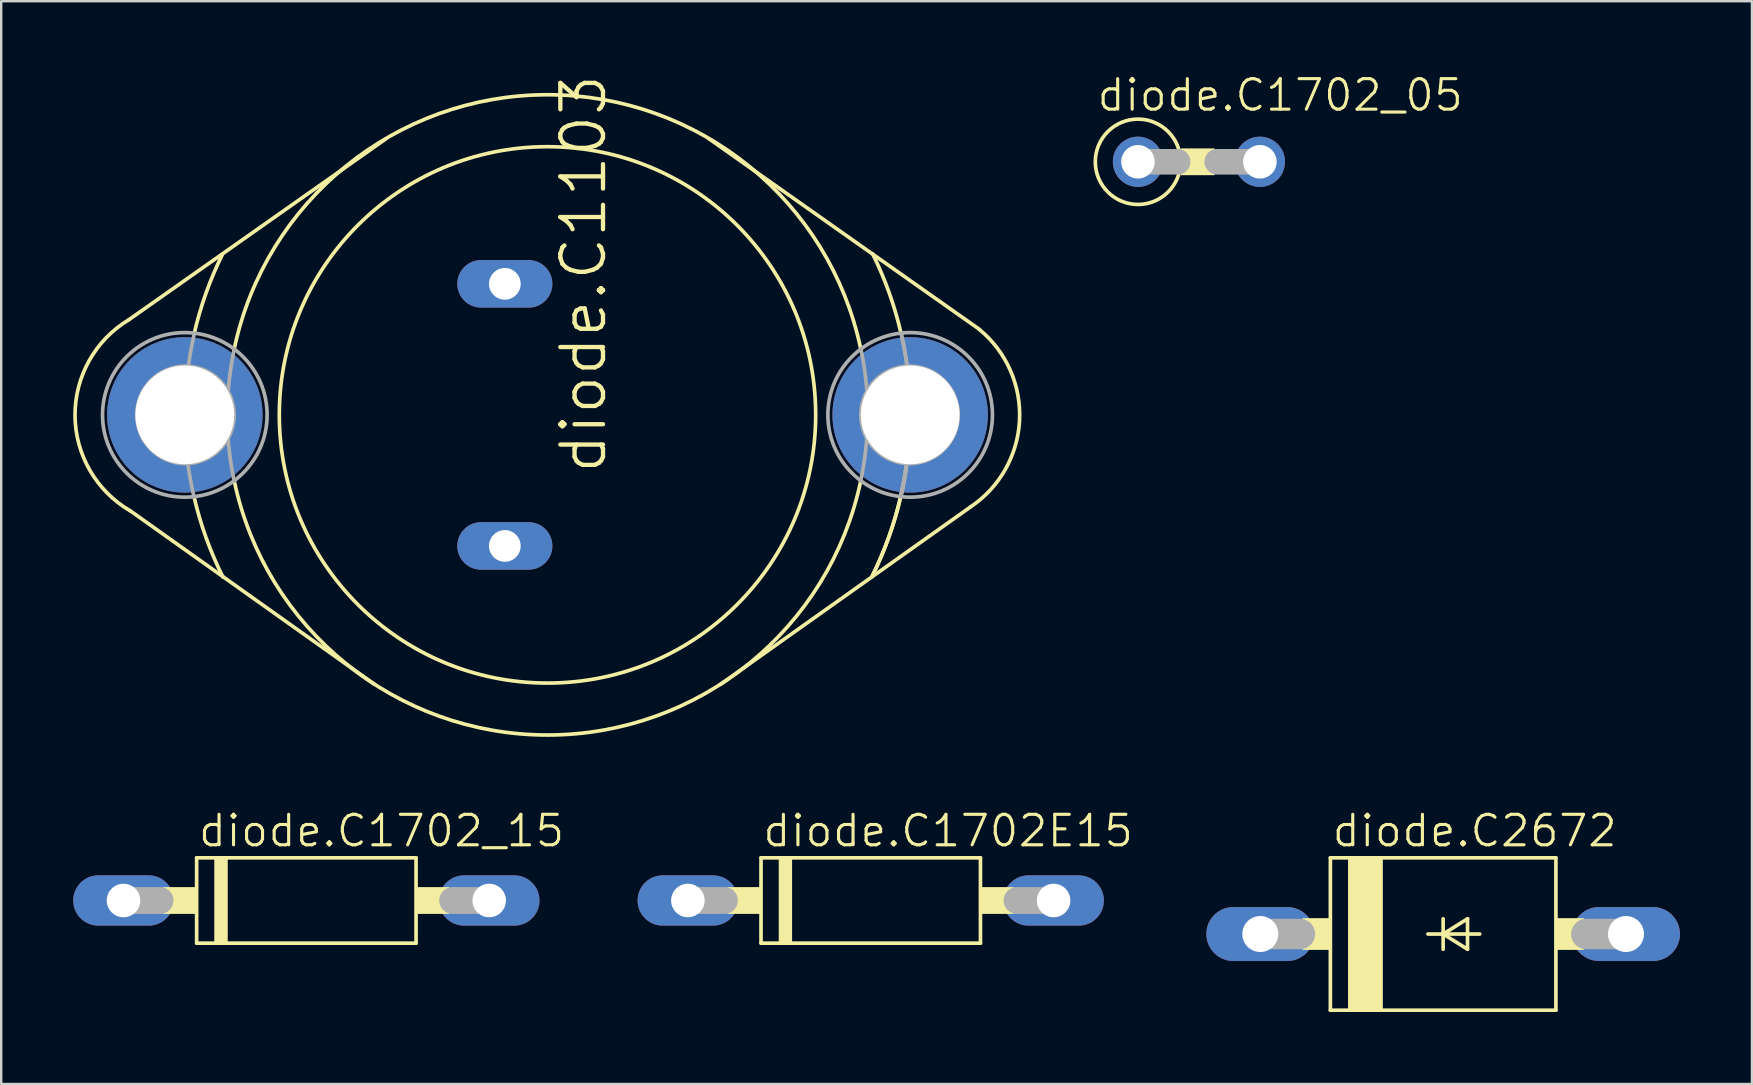
<source format=kicad_pcb>
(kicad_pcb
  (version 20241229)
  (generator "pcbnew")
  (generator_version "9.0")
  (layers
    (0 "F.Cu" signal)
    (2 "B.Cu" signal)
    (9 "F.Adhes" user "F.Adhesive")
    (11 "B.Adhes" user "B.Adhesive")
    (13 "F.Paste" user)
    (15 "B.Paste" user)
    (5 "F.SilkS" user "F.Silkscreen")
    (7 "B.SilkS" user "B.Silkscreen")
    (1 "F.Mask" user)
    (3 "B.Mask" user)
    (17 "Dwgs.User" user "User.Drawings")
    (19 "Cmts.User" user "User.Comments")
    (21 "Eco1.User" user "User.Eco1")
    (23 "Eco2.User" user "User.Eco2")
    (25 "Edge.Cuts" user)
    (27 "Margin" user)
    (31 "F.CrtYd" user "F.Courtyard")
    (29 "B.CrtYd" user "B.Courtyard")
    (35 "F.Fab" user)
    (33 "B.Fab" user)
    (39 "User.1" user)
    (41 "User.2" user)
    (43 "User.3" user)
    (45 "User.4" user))
  (footprint "diode.C1702_15"
    (layer "F.Cu")
    (at 9.716 34.475)
    (property "Reference" "diode.C1702_15" (at -4.572 -2.159 0) (layer "F.SilkS") (effects (font (size 1.27 1.27) (thickness 0.13)) (justify left bottom)))
    (attr through_hole)
    (fp_line (start -4.572 1.778) (end -4.572 -1.778) (stroke (width 0.152) (type default)) (layer "F.SilkS"))
    (fp_line (start -4.572 1.778) (end 4.572 1.778) (stroke (width 0.152) (type default)) (layer "F.SilkS"))
    (fp_line (start 4.572 -1.778) (end -4.572 -1.778) (stroke (width 0.152) (type default)) (layer "F.SilkS"))
    (fp_line (start 4.572 -1.778) (end 4.572 1.778) (stroke (width 0.152) (type default)) (layer "F.SilkS"))
    (fp_rect (start -5.944 0.533) (end -4.572 -0.533) (stroke (width 0.05) (type default)) (fill yes) (layer "F.SilkS"))
    (fp_rect (start -3.81 1.778) (end -3.302 -1.778) (stroke (width 0.05) (type default)) (fill yes) (layer "F.SilkS"))
    (fp_rect (start 4.572 0.533) (end 5.944 -0.533) (stroke (width 0.05) (type default)) (fill yes) (layer "F.SilkS"))
    (fp_line (start -7.62 0) (end -6.096 0) (stroke (width 1.118) (type default)) (layer "F.Fab"))
    (fp_line (start 7.62 0) (end 6.096 0) (stroke (width 1.118) (type default)) (layer "F.Fab"))
    (pad "A" thru_hole oval (at 7.62 0) (size 4.191 2.095) (drill 1.397) (layers "*.Cu" "*.Mask"))
    (pad "C" thru_hole oval (at -7.62 0) (size 4.191 2.095) (drill 1.397) (layers "*.Cu" "*.Mask")))
  (footprint "diode.C1702E15"
    (layer "F.Cu")
    (at 33.235 34.475)
    (property "Reference" "diode.C1702E15" (at -4.572 -2.159 0) (layer "F.SilkS") (effects (font (size 1.27 1.27) (thickness 0.13)) (justify left bottom)))
    (attr through_hole)
    (fp_line (start -4.572 1.778) (end -4.572 -1.778) (stroke (width 0.152) (type default)) (layer "F.SilkS"))
    (fp_line (start -4.572 1.778) (end 4.572 1.778) (stroke (width 0.152) (type default)) (layer "F.SilkS"))
    (fp_line (start 4.572 -1.778) (end -4.572 -1.778) (stroke (width 0.152) (type default)) (layer "F.SilkS"))
    (fp_line (start 4.572 -1.778) (end 4.572 1.778) (stroke (width 0.152) (type default)) (layer "F.SilkS"))
    (fp_rect (start -5.944 0.533) (end -4.572 -0.533) (stroke (width 0.05) (type default)) (fill yes) (layer "F.SilkS"))
    (fp_rect (start -3.81 1.778) (end -3.302 -1.778) (stroke (width 0.05) (type default)) (fill yes) (layer "F.SilkS"))
    (fp_rect (start 4.572 0.533) (end 5.944 -0.533) (stroke (width 0.05) (type default)) (fill yes) (layer "F.SilkS"))
    (fp_line (start -7.62 0) (end -6.096 0) (stroke (width 1.118) (type default)) (layer "F.Fab"))
    (fp_line (start 7.62 0) (end 6.096 0) (stroke (width 1.118) (type default)) (layer "F.Fab"))
    (pad "A" thru_hole oval (at 7.62 0) (size 4.191 2.095) (drill 1.397) (layers "*.Cu" "*.Mask"))
    (pad "C" thru_hole oval (at -7.62 0) (size 4.191 2.095) (drill 1.397) (layers "*.Cu" "*.Mask")))
  (footprint "diode.C2672"
    (layer "F.Cu")
    (at 57.088 35.872)
    (property "Reference" "diode.C2672" (at -4.699 -3.556 0) (layer "F.SilkS") (effects (font (size 1.27 1.27) (thickness 0.13)) (justify left bottom)))
    (attr through_hole)
    (fp_line (start -4.699 -3.175) (end -4.699 3.175) (stroke (width 0.152) (type default)) (layer "F.SilkS"))
    (fp_line (start -4.699 -3.175) (end 4.699 -3.175) (stroke (width 0.152) (type default)) (layer "F.SilkS"))
    (fp_line (start -0.635 0) (end 0 0) (stroke (width 0.152) (type default)) (layer "F.SilkS"))
    (fp_line (start 0 -0.635) (end 0 0) (stroke (width 0.152) (type default)) (layer "F.SilkS"))
    (fp_line (start 0 0) (end 0 0.635) (stroke (width 0.152) (type default)) (layer "F.SilkS"))
    (fp_line (start 0 0) (end 1.016 -0.635) (stroke (width 0.152) (type default)) (layer "F.SilkS"))
    (fp_line (start 0 0) (end 1.524 0) (stroke (width 0.152) (type default)) (layer "F.SilkS"))
    (fp_line (start 1.016 -0.635) (end 1.016 0.635) (stroke (width 0.152) (type default)) (layer "F.SilkS"))
    (fp_line (start 1.016 0.635) (end 0 0) (stroke (width 0.152) (type default)) (layer "F.SilkS"))
    (fp_line (start 4.699 3.175) (end -4.699 3.175) (stroke (width 0.152) (type default)) (layer "F.SilkS"))
    (fp_line (start 4.699 3.175) (end 4.699 -3.175) (stroke (width 0.152) (type default)) (layer "F.SilkS"))
    (fp_rect (start -5.842 0.635) (end -4.699 -0.635) (stroke (width 0.05) (type default)) (fill yes) (layer "F.SilkS"))
    (fp_rect (start -3.937 3.175) (end -2.54 -3.175) (stroke (width 0.05) (type default)) (fill yes) (layer "F.SilkS"))
    (fp_rect (start 4.699 0.635) (end 5.842 -0.635) (stroke (width 0.05) (type default)) (fill yes) (layer "F.SilkS"))
    (fp_line (start -7.62 0) (end -5.969 0) (stroke (width 1.27) (type default)) (layer "F.Fab"))
    (fp_line (start 7.62 0) (end 5.969 0) (stroke (width 1.27) (type default)) (layer "F.Fab"))
    (pad "A" thru_hole oval (at 7.62 0) (size 4.496 2.248) (drill 1.499) (layers "*.Cu" "*.Mask"))
    (pad "C" thru_hole oval (at -7.62 0) (size 4.496 2.248) (drill 1.499) (layers "*.Cu" "*.Mask")))
  (footprint "diode.C1702_05"
    (layer "F.Cu")
    (at 46.911 3.692)
    (property "Reference" "diode.C1702_05" (at -4.318 -2.032 0) (layer "F.SilkS") (effects (font (size 1.27 1.27) (thickness 0.13)) (justify left bottom)))
    (attr through_hole)
    (fp_rect (start -0.737 0.533) (end 0.635 -0.533) (stroke (width 0.05) (type default)) (fill yes) (layer "F.SilkS"))
    (fp_circle (center -2.54 0) (end -0.762 0) (stroke (width 0.152) (type default)) (fill no) (layer "F.SilkS"))
    (fp_line (start -2.54 0) (end -0.889 0) (stroke (width 1.067) (type default)) (layer "F.Fab"))
    (fp_line (start 2.54 0) (end 0.762 0) (stroke (width 1.067) (type default)) (layer "F.Fab"))
    (pad "A" thru_hole circle (at 2.54 0) (size 2.095 2.095) (drill 1.397) (layers "*.Cu" "*.Mask"))
    (pad "C" thru_hole circle (at -2.54 0) (size 2.095 2.095) (drill 1.397) (layers "*.Cu" "*.Mask")))
  (footprint "diode.C1103"
    (layer "F.Cu")
    (at 19.765 14.239)
    (property "Reference" "diode.C1103" (at 2.54 2.54 90) (layer "F.SilkS") (effects (font (size 1.778 1.778) (thickness 0.18)) (justify left bottom)))
    (attr through_hole)
    (fp_line (start -17.45 -3.962) (end -6.731 -11.506) (stroke (width 0.152) (type default)) (layer "F.SilkS"))
    (fp_line (start -17.399 3.988) (end -7.214 11.227) (stroke (width 0.152) (type default)) (layer "F.SilkS"))
    (fp_line (start 17.628 3.835) (end 7.214 11.227) (stroke (width 0.152) (type default)) (layer "F.SilkS"))
    (fp_line (start 18.009 -3.556) (end 6.731 -11.506) (stroke (width 0.152) (type default)) (layer "F.SilkS"))
    (fp_arc (start -17.4011 3.9914) (mid -19.688287 0.028355) (end -17.4498 -3.9624) (stroke (width 0.1524) (type default)) (layer "F.SilkS"))
    (fp_arc (start -14.7201 -3.4009) (mid -14.225441 -5.087688) (end -13.5382 -6.7056) (stroke (width 0.1524) (type default)) (layer "F.SilkS"))
    (fp_arc (start -13.5238 6.7619) (mid -14.227336 5.118524) (end -14.732 3.4036) (stroke (width 0.1524) (type default)) (layer "F.SilkS"))
    (fp_arc (start -13.0556 -2.7432) (mid 0 -13.340684) (end 13.0556 -2.7432) (stroke (width 0.1524) (type default)) (layer "F.SilkS"))
    (fp_arc (start 13.0556 2.7432) (mid 0 13.340684) (end -13.0556 2.7432) (stroke (width 0.1524) (type default)) (layer "F.SilkS"))
    (fp_arc (start 13.5491 -6.711) (mid 14.23692 -5.091767) (end 14.732 -3.4036) (stroke (width 0.1524) (type default)) (layer "F.SilkS"))
    (fp_arc (start 14.72 3.4008) (mid 14.215758 5.114345) (end 13.5128 6.7564) (stroke (width 0.1524) (type default)) (layer "F.SilkS"))
    (fp_arc (start 14.7201 3.4009) (mid 14.225441 5.087688) (end 13.5382 6.7056) (stroke (width 0.1524) (type default)) (layer "F.SilkS"))
    (fp_arc (start 18.0062 -3.5531) (mid 19.670438 0.236129) (end 17.6276 3.8354) (stroke (width 0.1524) (type default)) (layer "F.SilkS"))
    (fp_circle (center 0 0) (end 11.176 0) (stroke (width 0.152) (type default)) (fill no) (layer "F.SilkS"))
    (fp_arc (start -14.9661 -2.0293) (mid -14.863228 -2.680907) (end -14.732 -3.3274) (stroke (width 0.1524) (type default)) (layer "F.Fab"))
    (fp_arc (start -14.735 3.4043) (mid -14.876332 2.721046) (end -14.986 2.032) (stroke (width 0.1524) (type default)) (layer "F.Fab"))
    (fp_arc (start -13.3039 -0.9902) (mid -13.208863 -1.870824) (end -13.0556 -2.7432) (stroke (width 0.1524) (type default)) (layer "F.Fab"))
    (fp_arc (start -13.0612 2.7444) (mid -13.214527 1.871625) (end -13.3096 0.9906) (stroke (width 0.1524) (type default)) (layer "F.Fab"))
    (fp_arc (start 13.0612 -2.7444) (mid 13.214527 -1.871625) (end 13.3096 -0.9906) (stroke (width 0.1524) (type default)) (layer "F.Fab"))
    (fp_arc (start 13.3039 0.9902) (mid 13.208863 1.870824) (end 13.0556 2.7432) (stroke (width 0.1524) (type default)) (layer "F.Fab"))
    (fp_arc (start 14.735 -3.4043) (mid 14.876332 -2.721046) (end 14.986 -2.032) (stroke (width 0.1524) (type default)) (layer "F.Fab"))
    (fp_arc (start 14.7515 -3.3318) (mid 14.882947 -2.684461) (end 14.986 -2.032) (stroke (width 0.1524) (type default)) (layer "F.Fab"))
    (fp_arc (start 14.9661 2.0293) (mid 14.863228 2.680907) (end 14.732 3.3274) (stroke (width 0.1524) (type default)) (layer "F.Fab"))
    (fp_arc (start 14.9661 2.0293) (mid 14.863228 2.680907) (end 14.732 3.3274) (stroke (width 0.1524) (type default)) (layer "F.Fab"))
    (fp_arc (start 14.9661 2.0293) (mid 14.863228 2.680907) (end 14.732 3.3274) (stroke (width 0.1524) (type default)) (layer "F.Fab"))
    (fp_arc (start 14.983 2.0316) (mid 14.873329 2.720496) (end 14.732 3.4036) (stroke (width 0.1524) (type default)) (layer "F.Fab"))
    (fp_circle (center -15.113 0) (end -11.684 0) (stroke (width 0.152) (type default)) (fill no) (layer "F.Fab"))
    (fp_circle (center -15.088 0) (end -13.056 0) (stroke (width 0.152) (type default)) (fill no) (layer "F.Fab"))
    (fp_circle (center 15.088 0) (end 17.12 0) (stroke (width 0.152) (type default)) (fill no) (layer "F.Fab"))
    (fp_circle (center 15.113 0) (end 18.542 0) (stroke (width 0.152) (type default)) (fill no) (layer "F.Fab"))
    (pad "A1" thru_hole oval (at -1.778 -5.461) (size 3.962 1.981) (drill 1.321) (layers "*.Cu" "*.Mask"))
    (pad "A2" thru_hole oval (at -1.778 5.461) (size 3.962 1.981) (drill 1.321) (layers "*.Cu" "*.Mask"))
    (pad "C" thru_hole circle (at 15.113 0) (size 6.477 6.477) (drill 4.115) (layers "*.Cu" "*.Mask"))
    (pad "C@1" thru_hole circle (at -15.113 0) (size 6.477 6.477) (drill 4.115) (layers "*.Cu" "*.Mask")))
  (gr_rect
    (start -3 -3)
    (end 69.956 42.123)
    (stroke (width 0.1) (type default))
    (fill no)
    (layer "Edge.Cuts")))
</source>
